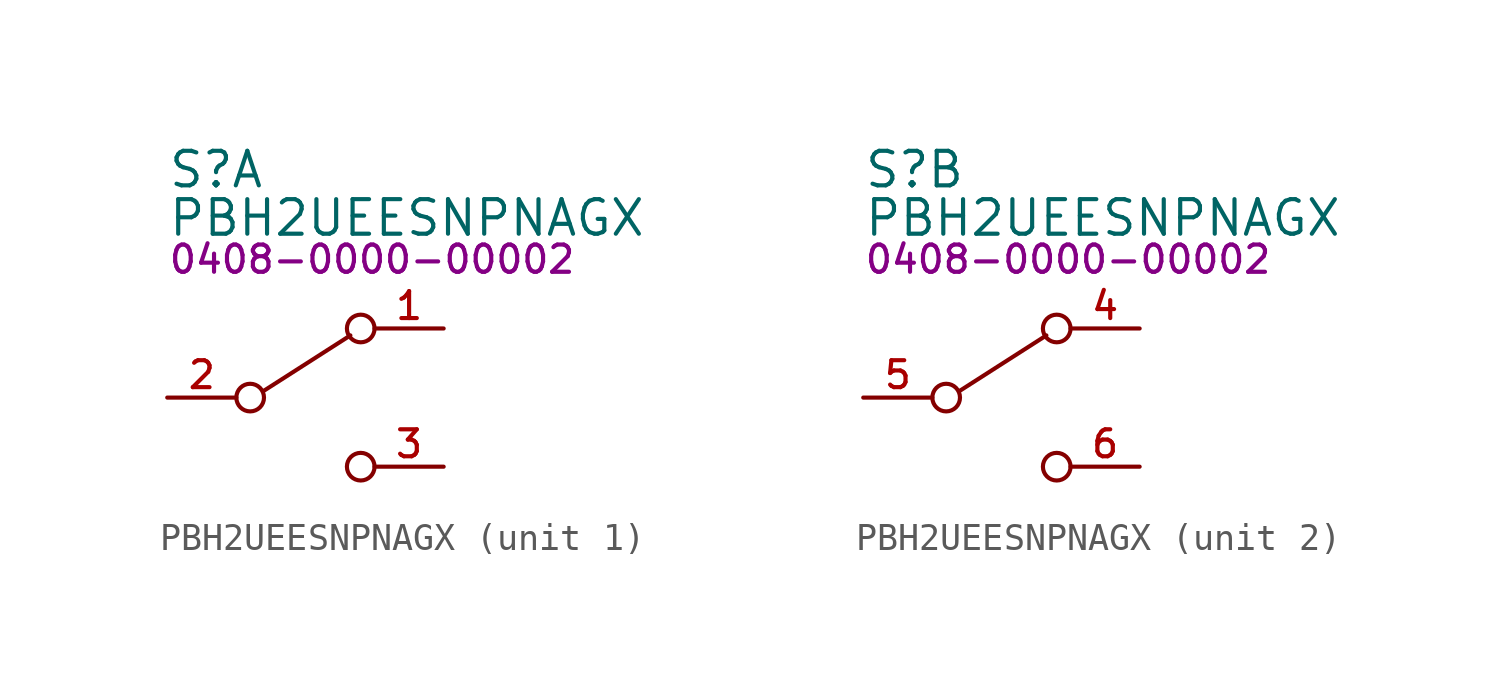
<source format=kicad_sym>
(kicad_symbol_lib
  (version 20231120)
  (generator "kicad_symbol_editor")
  (generator_version "8.0")
  (symbol "PBH2UEESNPNAGX"
    (pin_names hide)
    (property "Reference" "S"
      (at -2.54 8.382 0)
      (effects (font (size 1.27 1.27)) (justify left)))
    (property "Value" "PBH2UEESNPNAGX"
      (at -2.54 6.604 0)
      (effects (font (size 1.27 1.27)) (justify left)))
    (property "PartNumber" "0408-0000-00002"
      (at -2.54 5.08 0)
      (effects (font (size 1 1)) (justify left)))
    (property "ki_locked" ""
      (at 0 0 0)
      (effects (font (size 1.27 1.27))))
    (symbol "PBH2UEESNPNAGX_0_0"
      (circle (center 0.508 0) (radius 0.508) (stroke (width 0) (type default)) (fill (type none)))
      (circle (center 4.572 -2.54) (radius 0.508) (stroke (width 0) (type default)) (fill (type none))))
    (symbol "PBH2UEESNPNAGX_0_1"
      (polyline (pts (xy 1.016 0.254) (xy 4.191 2.286)) (stroke (width 0) (type default)) (fill (type none)))
      (circle (center 4.572 2.54) (radius 0.508) (stroke (width 0) (type default)) (fill (type none))))
    (symbol "PBH2UEESNPNAGX_1_0"
      (pin passive line (at 7.62 2.54 180) (length 2.54) (name "NC1" (effects (font (size 1.27 1.27)))) (number "1" (effects (font (size 0.991 0.991)))))
      (pin passive line (at -2.54 0 0) (length 2.54) (name "COM1" (effects (font (size 1.27 1.27)))) (number "2" (effects (font (size 0.991 0.991)))))
      (pin passive line (at 7.62 -2.54 180) (length 2.54) (name "NO1" (effects (font (size 1.27 1.27)))) (number "3" (effects (font (size 0.991 0.991))))))
    (symbol "PBH2UEESNPNAGX_2_0"
      (pin passive line (at 7.62 2.54 180) (length 2.54) (name "NC2" (effects (font (size 1.27 1.27)))) (number "4" (effects (font (size 0.991 0.991)))))
      (pin passive line (at -2.54 0 0) (length 2.54) (name "COM2" (effects (font (size 1.27 1.27)))) (number "5" (effects (font (size 0.991 0.991)))))
      (pin passive line (at 7.62 -2.54 180) (length 2.54) (name "NO2" (effects (font (size 1.27 1.27)))) (number "6" (effects (font (size 0.991 0.991))))))))
</source>
